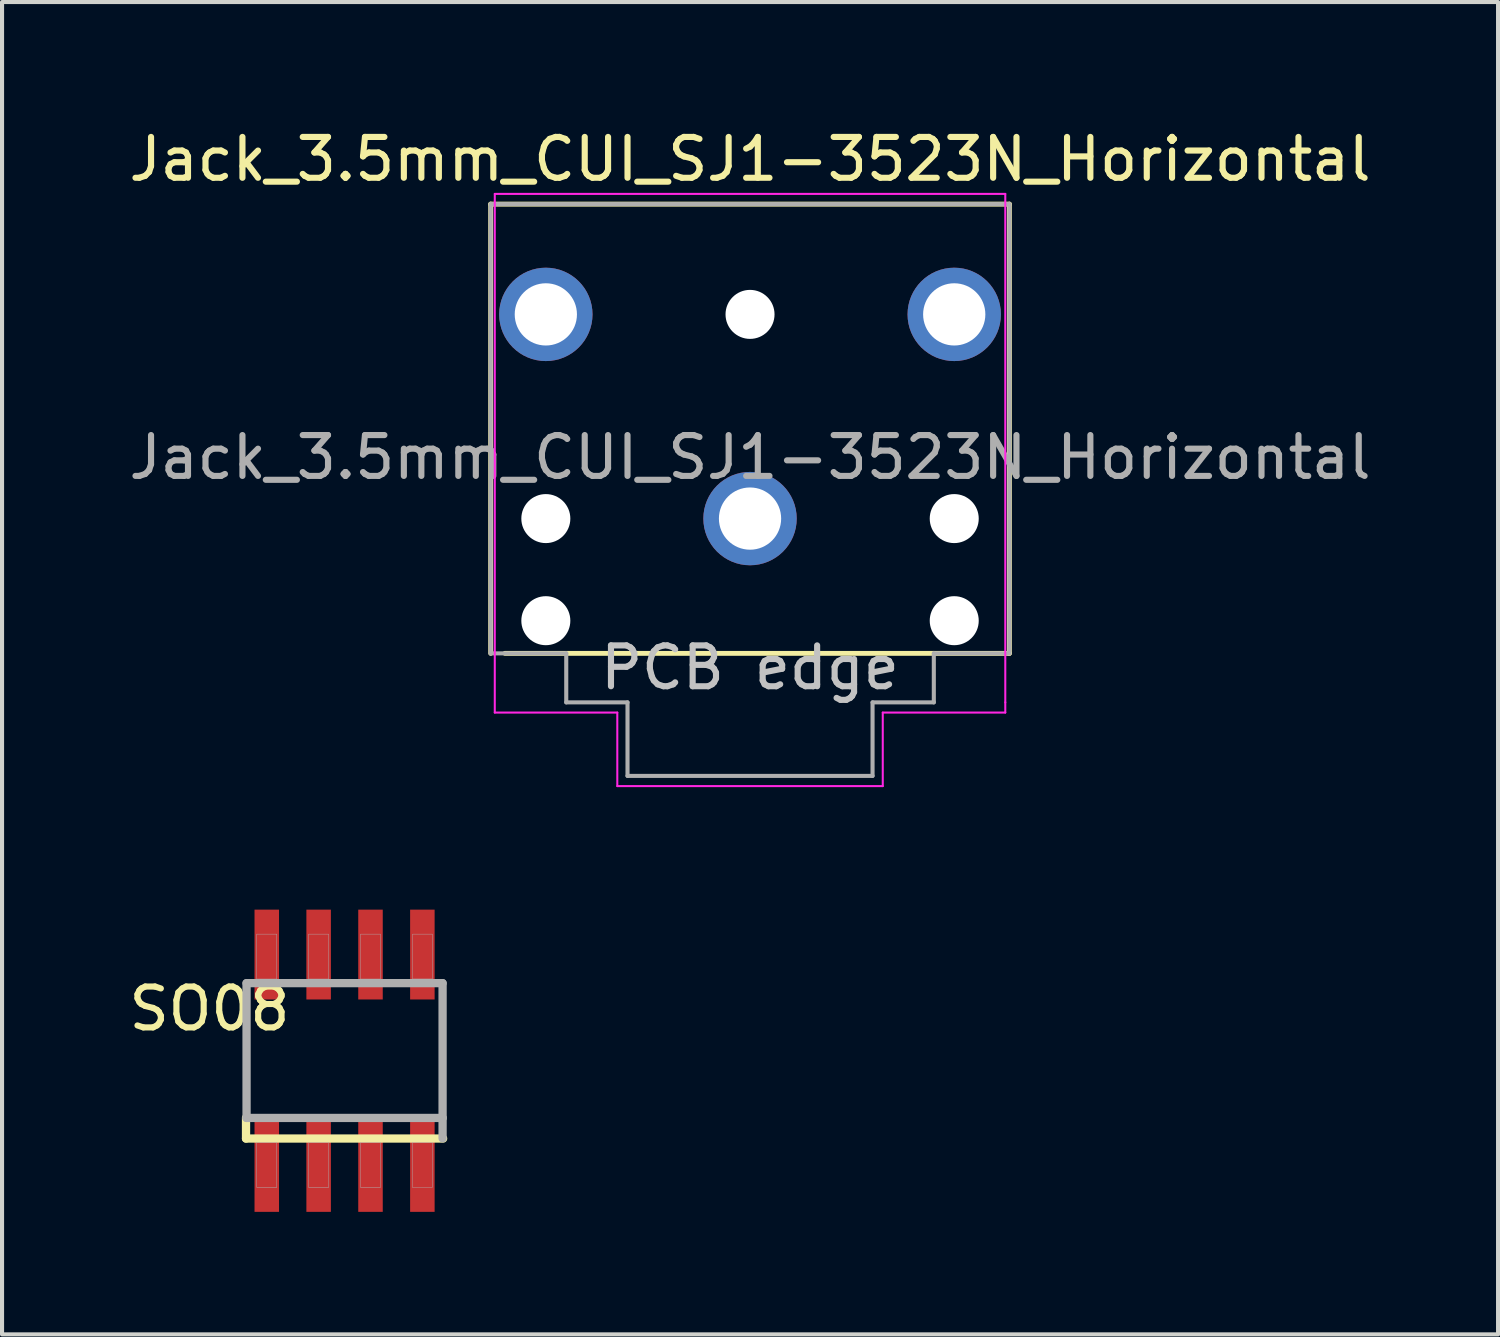
<source format=kicad_pcb>
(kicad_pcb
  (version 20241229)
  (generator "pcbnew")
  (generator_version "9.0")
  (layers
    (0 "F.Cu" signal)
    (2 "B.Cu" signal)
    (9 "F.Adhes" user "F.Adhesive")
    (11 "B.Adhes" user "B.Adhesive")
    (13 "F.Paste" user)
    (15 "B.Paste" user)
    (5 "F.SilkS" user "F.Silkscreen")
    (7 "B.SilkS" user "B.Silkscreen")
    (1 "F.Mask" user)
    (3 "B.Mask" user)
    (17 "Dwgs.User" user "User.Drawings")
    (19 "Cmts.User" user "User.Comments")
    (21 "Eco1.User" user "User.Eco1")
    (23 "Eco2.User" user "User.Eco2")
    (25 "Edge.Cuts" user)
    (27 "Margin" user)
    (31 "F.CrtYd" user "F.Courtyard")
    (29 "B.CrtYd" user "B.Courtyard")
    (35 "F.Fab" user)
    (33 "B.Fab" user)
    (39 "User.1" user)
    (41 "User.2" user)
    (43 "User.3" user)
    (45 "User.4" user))
  (footprint "SO08"
    (layer "F.Cu")
    (at 5.387 22.923)
    (property "Reference" "SO08" (at -3.307 -1.272 180) (layer "F.SilkS") (effects (font (size 1.001 1.001) (thickness 0.15))))
    (attr smd)
    (fp_line (start -2.413 1.905) (end -2.413 1.397) (stroke (width 0.203) (type solid)) (layer "F.SilkS"))
    (fp_line (start 2.413 1.905) (end -2.413 1.905) (stroke (width 0.203) (type solid)) (layer "F.SilkS"))
    (fp_line (start -2.4 -1.9) (end 2.4 -1.9) (stroke (width 0.203) (type solid)) (layer "F.Fab"))
    (fp_line (start -2.4 1.4) (end -2.4 -1.9) (stroke (width 0.203) (type solid)) (layer "F.Fab"))
    (fp_line (start 2.4 -1.9) (end 2.4 1.4) (stroke (width 0.203) (type solid)) (layer "F.Fab"))
    (fp_line (start 2.4 1.4) (end -2.4 1.4) (stroke (width 0.203) (type solid)) (layer "F.Fab"))
    (fp_line (start 2.4 1.4) (end 2.4 1.9) (stroke (width 0.203) (type solid)) (layer "F.Fab"))
    (fp_poly (pts (xy -2.151 2) (xy -1.66 2) (xy -1.66 3.102) (xy -2.151 3.102)) (stroke (width 0.01) (type solid)) (fill no) (layer "F.Fab"))
    (fp_poly (pts (xy -1.66 -2.002) (xy -2.153 -2.002) (xy -2.153 -3.1) (xy -1.66 -3.1)) (stroke (width 0.01) (type solid)) (fill no) (layer "F.Fab"))
    (fp_poly (pts (xy -0.881 2) (xy -0.39 2) (xy -0.39 3.102) (xy -0.881 3.102)) (stroke (width 0.01) (type solid)) (fill no) (layer "F.Fab"))
    (fp_poly (pts (xy -0.39 -2.001) (xy -0.88 -2.001) (xy -0.88 -3.1) (xy -0.39 -3.1)) (stroke (width 0.01) (type solid)) (fill no) (layer "F.Fab"))
    (fp_poly (pts (xy 0.39 2) (xy 0.88 2) (xy 0.88 3.102) (xy 0.39 3.102)) (stroke (width 0.01) (type solid)) (fill no) (layer "F.Fab"))
    (fp_poly (pts (xy 0.88 -2.002) (xy 0.39 -2.002) (xy 0.39 -3.1) (xy 0.88 -3.1)) (stroke (width 0.01) (type solid)) (fill no) (layer "F.Fab"))
    (fp_poly (pts (xy 1.66 2) (xy 2.15 2) (xy 2.15 3.101) (xy 1.66 3.101)) (stroke (width 0.01) (type solid)) (fill no) (layer "F.Fab"))
    (fp_poly (pts (xy 1.663 -3.1) (xy 2.15 -3.1) (xy 2.15 -2.003) (xy 1.663 -2.003)) (stroke (width 0.01) (type solid)) (fill no) (layer "F.Fab"))
    (pad "1" smd rect (at -1.905 2.6) (size 0.6 2.2) (layers "F.Cu" "F.Mask" "F.Paste"))
    (pad "2" smd rect (at -0.635 2.6) (size 0.6 2.2) (layers "F.Cu" "F.Mask" "F.Paste"))
    (pad "3" smd rect (at 0.635 2.6) (size 0.6 2.2) (layers "F.Cu" "F.Mask" "F.Paste"))
    (pad "4" smd rect (at 1.905 2.6) (size 0.6 2.2) (layers "F.Cu" "F.Mask" "F.Paste"))
    (pad "5" smd rect (at 1.905 -2.6) (size 0.6 2.2) (layers "F.Cu" "F.Mask" "F.Paste"))
    (pad "6" smd rect (at 0.635 -2.6) (size 0.6 2.2) (layers "F.Cu" "F.Mask" "F.Paste"))
    (pad "7" smd rect (at -0.635 -2.6) (size 0.6 2.2) (layers "F.Cu" "F.Mask" "F.Paste"))
    (pad "8" smd rect (at -1.905 -2.6) (size 0.6 2.2) (layers "F.Cu" "F.Mask" "F.Paste")))
  (footprint "Jack_3.5mm_CUI_SJ1-3523N_Horizontal"
    (layer "F.Cu")
    (at 15.315 9.648)
    (property "Reference" "Jack_3.5mm_CUI_SJ1-3523N_Horizontal" (at 0 -8.8 0) (layer "F.SilkS") (effects (font (size 1 1) (thickness 0.15))))
    (attr through_hole exclude_from_pos_files exclude_from_bom)
    (fp_line (start -6.35 -7.7) (end 6.35 -7.7) (stroke (width 0.12) (type solid)) (layer "F.SilkS"))
    (fp_line (start -6.35 3.3) (end -6.35 -7.7) (stroke (width 0.12) (type solid)) (layer "F.SilkS"))
    (fp_line (start 4.5 3.3) (end -6 3.3) (stroke (width 0.12) (type solid)) (layer "F.SilkS"))
    (fp_line (start 6.35 -7.7) (end 6.35 3.3) (stroke (width 0.12) (type solid)) (layer "F.SilkS"))
    (fp_line (start 6.35 3.3) (end 4.5 3.3) (stroke (width 0.12) (type solid)) (layer "F.SilkS"))
    (fp_line (start -6.25 -7.95) (end -6.25 4.75) (stroke (width 0.05) (type solid)) (layer "F.CrtYd"))
    (fp_line (start -6.25 4.75) (end -3.25 4.75) (stroke (width 0.05) (type solid)) (layer "F.CrtYd"))
    (fp_line (start -3.25 4.75) (end -3.25 6.55) (stroke (width 0.05) (type solid)) (layer "F.CrtYd"))
    (fp_line (start -3.25 6.55) (end 3.25 6.55) (stroke (width 0.05) (type solid)) (layer "F.CrtYd"))
    (fp_line (start 3.25 4.75) (end 6.25 4.75) (stroke (width 0.05) (type solid)) (layer "F.CrtYd"))
    (fp_line (start 3.25 6.55) (end 3.25 4.75) (stroke (width 0.05) (type solid)) (layer "F.CrtYd"))
    (fp_line (start 6.25 -7.95) (end -6.25 -7.95) (stroke (width 0.05) (type solid)) (layer "F.CrtYd"))
    (fp_line (start 6.25 4.5) (end 6.25 -7.95) (stroke (width 0.05) (type solid)) (layer "F.CrtYd"))
    (fp_line (start 6.25 4.75) (end 6.25 4.5) (stroke (width 0.05) (type solid)) (layer "F.CrtYd"))
    (fp_line (start -6.35 -7.7) (end 6.35 -7.7) (stroke (width 0.1) (type solid)) (layer "F.Fab"))
    (fp_line (start -6.35 3.3) (end -6.35 -7.7) (stroke (width 0.1) (type solid)) (layer "F.Fab"))
    (fp_line (start -4.5 3.3) (end -6.35 3.3) (stroke (width 0.1) (type solid)) (layer "F.Fab"))
    (fp_line (start -4.5 4.5) (end -4.5 3.3) (stroke (width 0.1) (type solid)) (layer "F.Fab"))
    (fp_line (start -4.5 4.5) (end -3 4.5) (stroke (width 0.1) (type solid)) (layer "F.Fab"))
    (fp_line (start -3 4.5) (end -3 6.3) (stroke (width 0.1) (type solid)) (layer "F.Fab"))
    (fp_line (start -3 6.3) (end 3 6.3) (stroke (width 0.1) (type solid)) (layer "F.Fab"))
    (fp_line (start 3 4.5) (end 3 6.3) (stroke (width 0.1) (type solid)) (layer "F.Fab"))
    (fp_line (start 4.5 3.3) (end 6.35 3.3) (stroke (width 0.1) (type solid)) (layer "F.Fab"))
    (fp_line (start 4.5 4.5) (end 3 4.5) (stroke (width 0.1) (type solid)) (layer "F.Fab"))
    (fp_line (start 4.5 4.5) (end 4.5 3.3) (stroke (width 0.1) (type solid)) (layer "F.Fab"))
    (fp_line (start 6.35 3.3) (end 6.35 -7.7) (stroke (width 0.1) (type solid)) (layer "F.Fab"))
    (fp_text user "PCB edge" (at 0 3.65 0) (unlocked yes) (layer "Dwgs.User") (effects (font (size 1 1) (thickness 0.15))))
    (fp_text user "${REFERENCE}" (at 0 -1.5 0) (layer "F.Fab") (effects (font (size 1 1) (thickness 0.15))))
    (pad "" np_thru_hole circle (at -5 0) (size 1.2 1.2) (drill 1.2) (layers "*.Cu"))
    (pad "" np_thru_hole circle (at -5 2.5) (size 1.2 1.2) (drill 1.2) (layers "*.Cu"))
    (pad "" np_thru_hole circle (at 0 -5) (size 1.2 1.2) (drill 1.2) (layers "*.Cu"))
    (pad "" np_thru_hole circle (at 5 0) (size 1.2 1.2) (drill 1.2) (layers "*.Cu"))
    (pad "" np_thru_hole circle (at 5 2.5) (size 1.2 1.2) (drill 1.2) (layers "*.Cu"))
    (pad "R" thru_hole circle (at -5 -5) (size 2.286 2.286) (drill 1.524) (layers "*.Cu" "*.Mask"))
    (pad "S" thru_hole circle (at 0 0) (size 2.286 2.286) (drill 1.524) (layers "*.Cu" "*.Mask"))
    (pad "T" thru_hole circle (at 5 -5 180) (size 2.286 2.286) (drill 1.524) (layers "*.Cu" "*.Mask")))
  (gr_rect
    (start -3 -3)
    (end 33.631 29.623)
    (stroke (width 0.1) (type default))
    (fill no)
    (layer "Edge.Cuts")))
</source>
